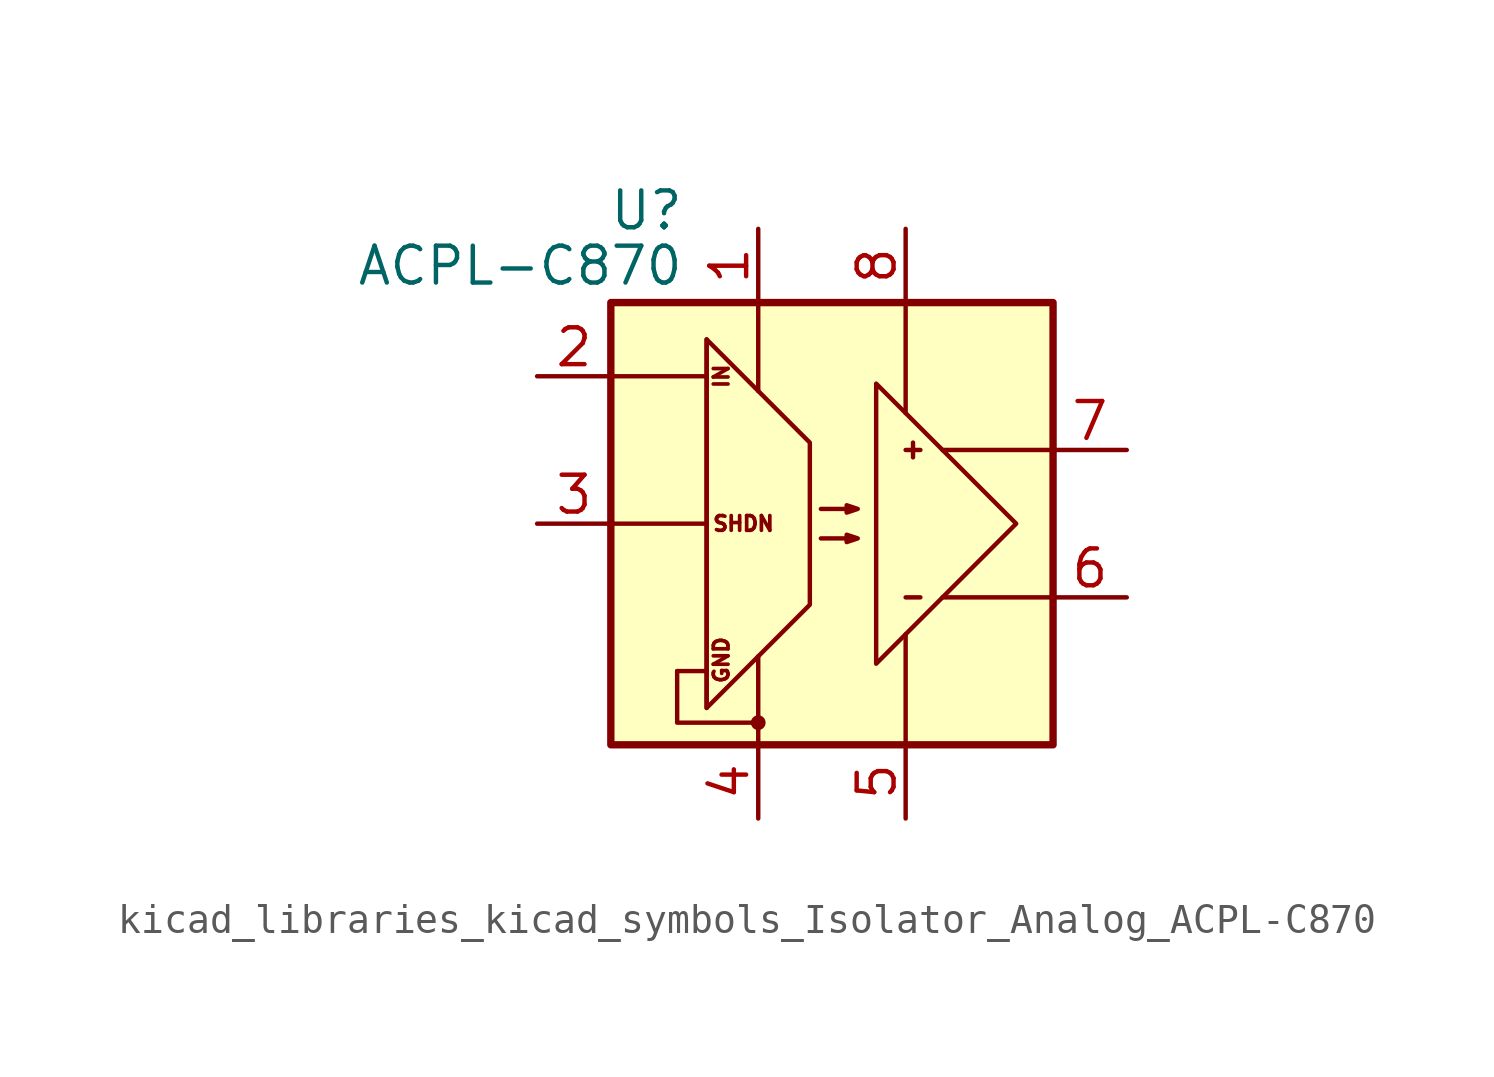
<source format=kicad_sym>
(kicad_symbol_lib
  (version 20220914)
  (generator kicad_symbol_editor)
  (symbol "kicad_libraries_kicad_symbols_Isolator_Analog_ACPL-C870"
    (pin_names
      (offset 0) hide)
    (property "Reference" "U"
      (at -5.08 10.795 0)
      (effects (font (size 1.27 1.27)) (justify right)))
    (property "Value" "ACPL-C870"
      (at -5.08 8.89 0)
      (effects (font (size 1.27 1.27)) (justify right)))
    (symbol "kicad_libraries_kicad_symbols_Isolator_Analog_ACPL-C870_0_0"
      (circle (center -2.54 -6.858) (radius 0.178) (stroke (width 0) (type default)) (fill (type outline)))
      (polyline (pts (xy -7.62 0) (xy -4.318 0)) (stroke (width 0) (type default)) (fill (type none)))
      (polyline (pts (xy -4.318 -5.08) (xy -5.334 -5.08)) (stroke (width 0) (type default)) (fill (type none)))
      (polyline (pts (xy -5.334 -5.08) (xy -5.334 -6.858) (xy -2.54 -6.858)) (stroke (width 0) (type default)) (fill (type none)))
      (text "GND" (at -3.81 -4.699 900) (effects (font (size 0.508 0.508))))
      (text "IN" (at -3.81 5.08 900) (effects (font (size 0.508 0.508))))
      (text "SHDN" (at -3.048 0 0) (effects (font (size 0.508 0.508)))))
    (symbol "kicad_libraries_kicad_symbols_Isolator_Analog_ACPL-C870_0_1"
      (rectangle (start -7.62 7.62) (end 7.62 -7.62) (stroke (width 0.254) (type default)) (fill (type background)))
      (polyline (pts (xy -7.62 5.08) (xy -4.318 5.08)) (stroke (width 0) (type default)) (fill (type none)))
      (polyline (pts (xy -4.318 6.35) (xy -4.318 -6.35)) (stroke (width 0) (type default)) (fill (type none)))
      (polyline (pts (xy -2.54 -7.62) (xy -2.54 -4.572)) (stroke (width 0) (type default)) (fill (type none)))
      (polyline (pts (xy -2.54 7.62) (xy -2.54 4.572)) (stroke (width 0) (type default)) (fill (type none)))
      (polyline (pts (xy 2.54 -7.62) (xy 2.54 -3.81)) (stroke (width 0) (type default)) (fill (type none)))
      (polyline (pts (xy 2.54 7.62) (xy 2.54 3.81)) (stroke (width 0) (type default)) (fill (type none)))
      (polyline (pts (xy 2.794 2.794) (xy 2.794 2.286)) (stroke (width 0) (type default)) (fill (type none)))
      (polyline (pts (xy 3.048 -2.54) (xy 2.54 -2.54)) (stroke (width 0) (type default)) (fill (type none)))
      (polyline (pts (xy 3.048 2.54) (xy 2.54 2.54)) (stroke (width 0) (type default)) (fill (type none)))
      (polyline (pts (xy 7.62 -2.54) (xy 3.81 -2.54)) (stroke (width 0) (type default)) (fill (type none)))
      (polyline (pts (xy 7.62 2.54) (xy 3.81 2.54)) (stroke (width 0) (type default)) (fill (type none)))
      (polyline (pts (xy 6.35 0) (xy 1.524 -4.826) (xy 1.524 4.826) (xy 6.35 0)) (stroke (width 0) (type default)) (fill (type none)))
      (polyline (pts (xy -4.318 -6.35) (xy -0.762 -2.794) (xy -0.762 2.794) (xy -4.318 6.35) (xy -4.318 -6.35)) (stroke (width 0) (type default)) (fill (type none)))
      (polyline (pts (xy -0.381 -0.508) (xy 0.889 -0.508) (xy 0.508 -0.635) (xy 0.508 -0.381) (xy 0.889 -0.508)) (stroke (width 0) (type default)) (fill (type none)))
      (polyline (pts (xy -0.381 0.508) (xy 0.889 0.508) (xy 0.508 0.381) (xy 0.508 0.635) (xy 0.889 0.508)) (stroke (width 0) (type default)) (fill (type none))))
    (symbol "kicad_libraries_kicad_symbols_Isolator_Analog_ACPL-C870_1_1"
      (pin power_in line (at -2.54 10.16 270) (length 2.54) (name "VDD1" (effects (font (size 1.27 1.27)))) (number "1" (effects (font (size 1.27 1.27)))))
      (pin input line (at -10.16 5.08 0) (length 2.54) (name "IN" (effects (font (size 1.27 1.27)))) (number "2" (effects (font (size 1.27 1.27)))))
      (pin input line (at -10.16 0 0) (length 2.54) (name "IN-" (effects (font (size 1.27 1.27)))) (number "3" (effects (font (size 1.27 1.27)))))
      (pin power_in line (at -2.54 -10.16 90) (length 2.54) (name "GND1" (effects (font (size 1.27 1.27)))) (number "4" (effects (font (size 1.27 1.27)))))
      (pin power_in line (at 2.54 -10.16 90) (length 2.54) (name "GND2" (effects (font (size 1.27 1.27)))) (number "5" (effects (font (size 1.27 1.27)))))
      (pin output line (at 10.16 -2.54 180) (length 2.54) (name "OUT-" (effects (font (size 1.27 1.27)))) (number "6" (effects (font (size 1.27 1.27)))))
      (pin output line (at 10.16 2.54 180) (length 2.54) (name "OUT+" (effects (font (size 1.27 1.27)))) (number "7" (effects (font (size 1.27 1.27)))))
      (pin power_in line (at 2.54 10.16 270) (length 2.54) (name "VDD2" (effects (font (size 1.27 1.27)))) (number "8" (effects (font (size 1.27 1.27))))))))
</source>
